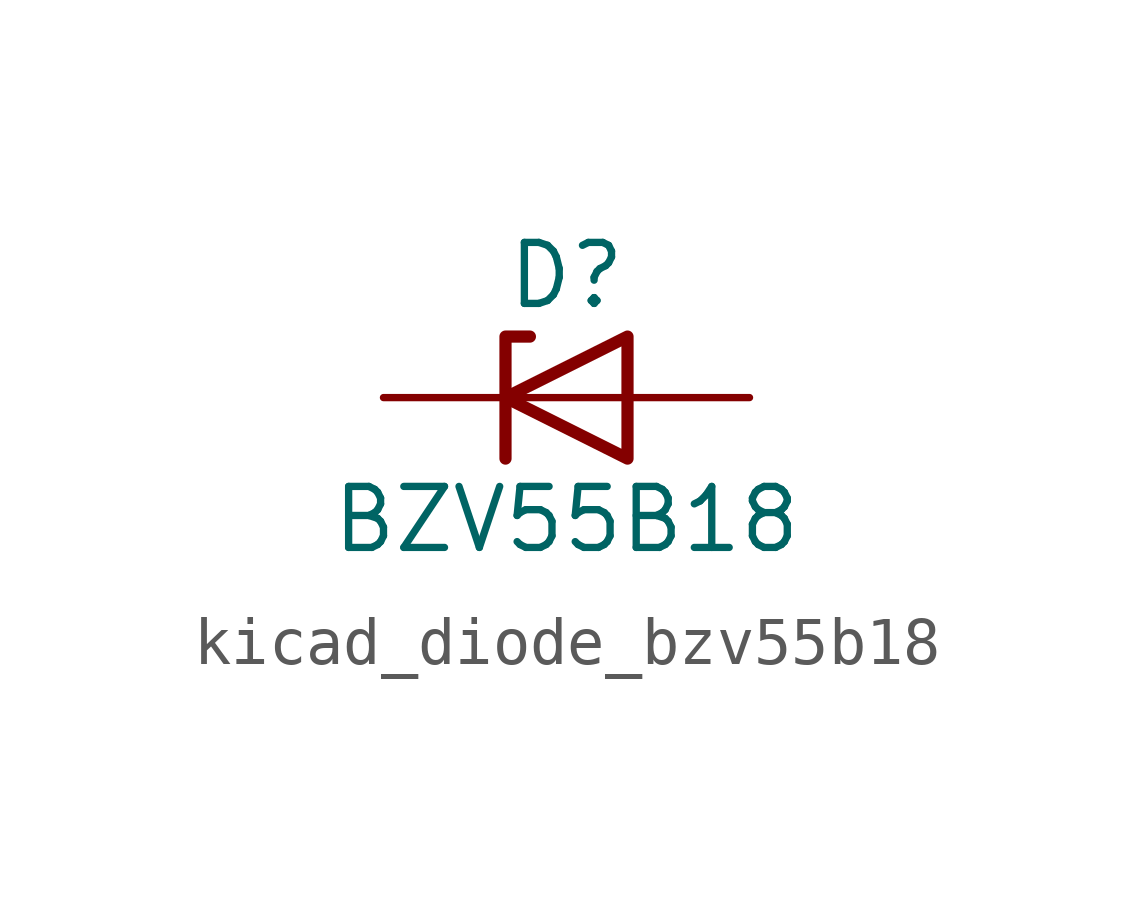
<source format=kicad_sym>
(kicad_symbol_lib
  (version 20220914)
  (generator kicad_symbol_editor)
  (symbol "kicad_diode_bzv55b18"
    (pin_numbers hide)
    (pin_names hide)
    (property "Reference" "D"
      (at 0 2.54 0)
      (effects (font (size 1.27 1.27))))
    (property "Value" "BZV55B18"
      (at 0 -2.54 0)
      (effects (font (size 1.27 1.27))))
    (symbol "kicad_diode_bzv55b18_0_1"
      (polyline (pts (xy 1.27 0) (xy -1.27 0)) (stroke (width 0) (type default)) (fill (type none)))
      (polyline (pts (xy -1.27 -1.27) (xy -1.27 1.27) (xy -0.762 1.27)) (stroke (width 0.254) (type default)) (fill (type none)))
      (polyline (pts (xy 1.27 -1.27) (xy 1.27 1.27) (xy -1.27 0) (xy 1.27 -1.27)) (stroke (width 0.254) (type default)) (fill (type none))))
    (symbol "kicad_diode_bzv55b18_1_1"
      (pin passive line (at -3.81 0 0) (length 2.54) (name "K" (effects (font (size 1.27 1.27)))) (number "1" (effects (font (size 1.27 1.27)))))
      (pin passive line (at 3.81 0 180) (length 2.54) (name "A" (effects (font (size 1.27 1.27)))) (number "2" (effects (font (size 1.27 1.27))))))))
</source>
